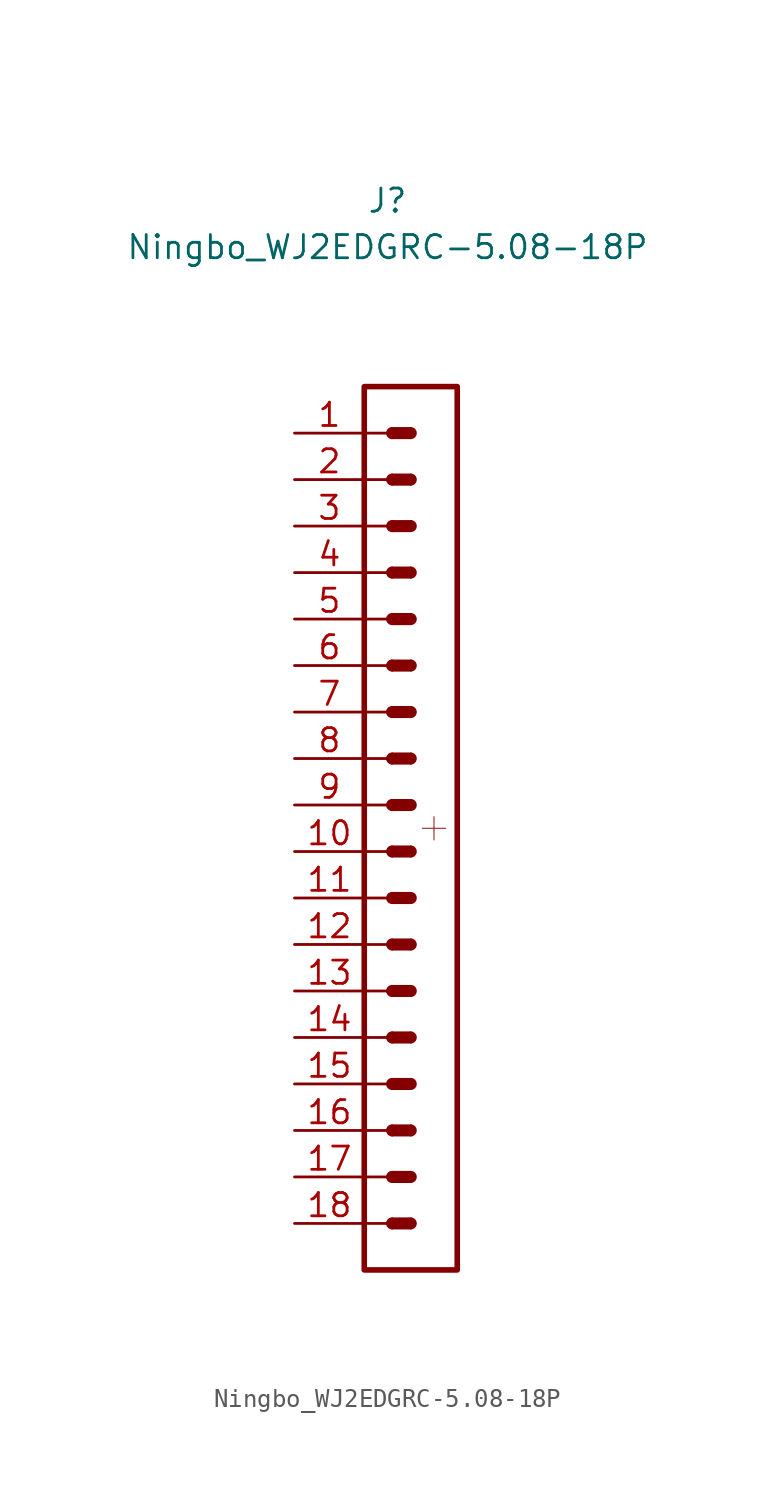
<source format=kicad_sym>
(kicad_symbol_lib
  (version 20211014)
  (generator kicad_symbol_editor)
  (symbol "Ningbo_WJ2EDGRC-5.08-18P"
    (pin_names
      (offset 1.016) hide)
    (property "Reference" "J"
      (at 0 33.02 0)
      (effects (font (size 1.27 1.27))))
    (property "Value" "Ningbo_WJ2EDGRC-5.08-18P"
      (at 0 30.48 0)
      (effects (font (size 1.27 1.27))))
    (symbol "Ningbo_WJ2EDGRC-5.08-18P_1_1"
      (rectangle (start -1.27 -22.86) (end 0 -22.86) (stroke (width 0.152) (type default) (color 0 0 0 0)) (fill (type none)))
      (rectangle (start -1.27 -20.32) (end 0 -20.32) (stroke (width 0.152) (type default) (color 0 0 0 0)) (fill (type none)))
      (rectangle (start -1.27 -17.78) (end 0 -17.78) (stroke (width 0.152) (type default) (color 0 0 0 0)) (fill (type none)))
      (rectangle (start -1.27 -15.24) (end 0 -15.24) (stroke (width 0.152) (type default) (color 0 0 0 0)) (fill (type none)))
      (rectangle (start -1.27 -12.7) (end 0 -12.7) (stroke (width 0.152) (type default) (color 0 0 0 0)) (fill (type none)))
      (rectangle (start -1.27 -10.16) (end 0 -10.16) (stroke (width 0.152) (type default) (color 0 0 0 0)) (fill (type none)))
      (rectangle (start -1.27 -7.62) (end 0 -7.62) (stroke (width 0.152) (type default) (color 0 0 0 0)) (fill (type none)))
      (rectangle (start -1.27 -5.08) (end 0 -5.08) (stroke (width 0.152) (type default) (color 0 0 0 0)) (fill (type none)))
      (rectangle (start -1.27 -2.54) (end 0 -2.54) (stroke (width 0.152) (type default) (color 0 0 0 0)) (fill (type none)))
      (rectangle (start -1.27 0) (end 0 0) (stroke (width 0.152) (type default) (color 0 0 0 0)) (fill (type none)))
      (rectangle (start -1.27 2.54) (end 0 2.54) (stroke (width 0.152) (type default) (color 0 0 0 0)) (fill (type none)))
      (rectangle (start -1.27 5.08) (end 0 5.08) (stroke (width 0.152) (type default) (color 0 0 0 0)) (fill (type none)))
      (rectangle (start -1.27 7.62) (end 0 7.62) (stroke (width 0.152) (type default) (color 0 0 0 0)) (fill (type none)))
      (rectangle (start -1.27 10.16) (end 0 10.16) (stroke (width 0.152) (type default) (color 0 0 0 0)) (fill (type none)))
      (rectangle (start -1.27 12.7) (end 0 12.7) (stroke (width 0.152) (type default) (color 0 0 0 0)) (fill (type none)))
      (rectangle (start -1.27 15.24) (end 0 15.24) (stroke (width 0.152) (type default) (color 0 0 0 0)) (fill (type none)))
      (rectangle (start -1.27 17.78) (end 0 17.78) (stroke (width 0.152) (type default) (color 0 0 0 0)) (fill (type none)))
      (rectangle (start -1.27 20.32) (end 0 20.32) (stroke (width 0.152) (type default) (color 0 0 0 0)) (fill (type none)))
      (rectangle (start -1.27 22.86) (end 3.81 -25.4) (stroke (width 0.305) (type default) (color 0 0 0 0)) (fill (type none)))
      (polyline (pts (xy 1.905 -1.27) (xy 3.175 -1.27)) (stroke (width 0.051) (type default) (color 0 0 0 0)) (fill (type none)))
      (polyline (pts (xy 2.54 -0.635) (xy 2.54 -1.905)) (stroke (width 0.051) (type default) (color 0 0 0 0)) (fill (type none)))
      (arc (start 0.254 -22.606) (mid 0 -22.86) (end 0.254 -23.114) (stroke (width 0) (type default) (color 0 0 0 0)) (fill (type outline)))
      (rectangle (start 0.254 -22.606) (end 1.27 -23.114) (stroke (width 0) (type default) (color 0 0 0 0)) (fill (type outline)))
      (arc (start 0.254 -20.066) (mid 0 -20.32) (end 0.254 -20.574) (stroke (width 0) (type default) (color 0 0 0 0)) (fill (type outline)))
      (rectangle (start 0.254 -20.066) (end 1.27 -20.574) (stroke (width 0) (type default) (color 0 0 0 0)) (fill (type outline)))
      (arc (start 0.254 -17.526) (mid 0 -17.78) (end 0.254 -18.034) (stroke (width 0) (type default) (color 0 0 0 0)) (fill (type outline)))
      (rectangle (start 0.254 -17.526) (end 1.27 -18.034) (stroke (width 0) (type default) (color 0 0 0 0)) (fill (type outline)))
      (arc (start 0.254 -14.986) (mid 0 -15.24) (end 0.254 -15.494) (stroke (width 0) (type default) (color 0 0 0 0)) (fill (type outline)))
      (rectangle (start 0.254 -14.986) (end 1.27 -15.494) (stroke (width 0) (type default) (color 0 0 0 0)) (fill (type outline)))
      (arc (start 0.254 -12.446) (mid 0 -12.7) (end 0.254 -12.954) (stroke (width 0) (type default) (color 0 0 0 0)) (fill (type outline)))
      (rectangle (start 0.254 -12.446) (end 1.27 -12.954) (stroke (width 0) (type default) (color 0 0 0 0)) (fill (type outline)))
      (arc (start 0.254 -9.906) (mid 0 -10.16) (end 0.254 -10.414) (stroke (width 0) (type default) (color 0 0 0 0)) (fill (type outline)))
      (rectangle (start 0.254 -9.906) (end 1.27 -10.414) (stroke (width 0) (type default) (color 0 0 0 0)) (fill (type outline)))
      (arc (start 0.254 -7.366) (mid 0 -7.62) (end 0.254 -7.874) (stroke (width 0) (type default) (color 0 0 0 0)) (fill (type outline)))
      (rectangle (start 0.254 -7.366) (end 1.27 -7.874) (stroke (width 0) (type default) (color 0 0 0 0)) (fill (type outline)))
      (arc (start 0.254 -4.826) (mid 0 -5.08) (end 0.254 -5.334) (stroke (width 0) (type default) (color 0 0 0 0)) (fill (type outline)))
      (rectangle (start 0.254 -4.826) (end 1.27 -5.334) (stroke (width 0) (type default) (color 0 0 0 0)) (fill (type outline)))
      (arc (start 0.254 -2.286) (mid 0 -2.54) (end 0.254 -2.794) (stroke (width 0) (type default) (color 0 0 0 0)) (fill (type outline)))
      (rectangle (start 0.254 -2.286) (end 1.27 -2.794) (stroke (width 0) (type default) (color 0 0 0 0)) (fill (type outline)))
      (arc (start 0.254 0.254) (mid 0 0) (end 0.254 -0.254) (stroke (width 0) (type default) (color 0 0 0 0)) (fill (type outline)))
      (rectangle (start 0.254 0.254) (end 1.27 -0.254) (stroke (width 0) (type default) (color 0 0 0 0)) (fill (type outline)))
      (arc (start 0.254 2.794) (mid 0 2.54) (end 0.254 2.286) (stroke (width 0) (type default) (color 0 0 0 0)) (fill (type outline)))
      (rectangle (start 0.254 2.794) (end 1.27 2.286) (stroke (width 0) (type default) (color 0 0 0 0)) (fill (type outline)))
      (arc (start 0.254 5.334) (mid 0 5.08) (end 0.254 4.826) (stroke (width 0) (type default) (color 0 0 0 0)) (fill (type outline)))
      (rectangle (start 0.254 5.334) (end 1.27 4.826) (stroke (width 0) (type default) (color 0 0 0 0)) (fill (type outline)))
      (arc (start 0.254 7.874) (mid 0 7.62) (end 0.254 7.366) (stroke (width 0) (type default) (color 0 0 0 0)) (fill (type outline)))
      (rectangle (start 0.254 7.874) (end 1.27 7.366) (stroke (width 0) (type default) (color 0 0 0 0)) (fill (type outline)))
      (arc (start 0.254 10.414) (mid 0 10.16) (end 0.254 9.906) (stroke (width 0) (type default) (color 0 0 0 0)) (fill (type outline)))
      (rectangle (start 0.254 10.414) (end 1.27 9.906) (stroke (width 0) (type default) (color 0 0 0 0)) (fill (type outline)))
      (arc (start 0.254 12.954) (mid 0 12.7) (end 0.254 12.446) (stroke (width 0) (type default) (color 0 0 0 0)) (fill (type outline)))
      (rectangle (start 0.254 12.954) (end 1.27 12.446) (stroke (width 0) (type default) (color 0 0 0 0)) (fill (type outline)))
      (arc (start 0.254 15.494) (mid 0 15.24) (end 0.254 14.986) (stroke (width 0) (type default) (color 0 0 0 0)) (fill (type outline)))
      (rectangle (start 0.254 15.494) (end 1.27 14.986) (stroke (width 0) (type default) (color 0 0 0 0)) (fill (type outline)))
      (arc (start 0.254 18.034) (mid 0 17.78) (end 0.254 17.526) (stroke (width 0) (type default) (color 0 0 0 0)) (fill (type outline)))
      (rectangle (start 0.254 18.034) (end 1.27 17.526) (stroke (width 0) (type default) (color 0 0 0 0)) (fill (type outline)))
      (arc (start 0.254 20.574) (mid 0 20.32) (end 0.254 20.066) (stroke (width 0) (type default) (color 0 0 0 0)) (fill (type outline)))
      (rectangle (start 0.254 20.574) (end 1.27 20.066) (stroke (width 0) (type default) (color 0 0 0 0)) (fill (type outline)))
      (arc (start 1.27 -23.114) (mid 1.524 -22.86) (end 1.27 -22.606) (stroke (width 0) (type default) (color 0 0 0 0)) (fill (type outline)))
      (arc (start 1.27 -20.574) (mid 1.524 -20.32) (end 1.27 -20.066) (stroke (width 0) (type default) (color 0 0 0 0)) (fill (type outline)))
      (arc (start 1.27 -18.034) (mid 1.524 -17.78) (end 1.27 -17.526) (stroke (width 0) (type default) (color 0 0 0 0)) (fill (type outline)))
      (arc (start 1.27 -15.494) (mid 1.524 -15.24) (end 1.27 -14.986) (stroke (width 0) (type default) (color 0 0 0 0)) (fill (type outline)))
      (arc (start 1.27 -12.954) (mid 1.524 -12.7) (end 1.27 -12.446) (stroke (width 0) (type default) (color 0 0 0 0)) (fill (type outline)))
      (arc (start 1.27 -10.414) (mid 1.524 -10.16) (end 1.27 -9.906) (stroke (width 0) (type default) (color 0 0 0 0)) (fill (type outline)))
      (arc (start 1.27 -7.874) (mid 1.524 -7.62) (end 1.27 -7.366) (stroke (width 0) (type default) (color 0 0 0 0)) (fill (type outline)))
      (arc (start 1.27 -5.334) (mid 1.524 -5.08) (end 1.27 -4.826) (stroke (width 0) (type default) (color 0 0 0 0)) (fill (type outline)))
      (arc (start 1.27 -2.794) (mid 1.524 -2.54) (end 1.27 -2.286) (stroke (width 0) (type default) (color 0 0 0 0)) (fill (type outline)))
      (arc (start 1.27 -0.254) (mid 1.524 0) (end 1.27 0.254) (stroke (width 0) (type default) (color 0 0 0 0)) (fill (type outline)))
      (arc (start 1.27 2.286) (mid 1.524 2.54) (end 1.27 2.794) (stroke (width 0) (type default) (color 0 0 0 0)) (fill (type outline)))
      (arc (start 1.27 4.826) (mid 1.524 5.08) (end 1.27 5.334) (stroke (width 0) (type default) (color 0 0 0 0)) (fill (type outline)))
      (arc (start 1.27 7.366) (mid 1.524 7.62) (end 1.27 7.874) (stroke (width 0) (type default) (color 0 0 0 0)) (fill (type outline)))
      (arc (start 1.27 9.906) (mid 1.524 10.16) (end 1.27 10.414) (stroke (width 0) (type default) (color 0 0 0 0)) (fill (type outline)))
      (arc (start 1.27 12.446) (mid 1.524 12.7) (end 1.27 12.954) (stroke (width 0) (type default) (color 0 0 0 0)) (fill (type outline)))
      (arc (start 1.27 14.986) (mid 1.524 15.24) (end 1.27 15.494) (stroke (width 0) (type default) (color 0 0 0 0)) (fill (type outline)))
      (arc (start 1.27 17.526) (mid 1.524 17.78) (end 1.27 18.034) (stroke (width 0) (type default) (color 0 0 0 0)) (fill (type outline)))
      (arc (start 1.27 20.066) (mid 1.524 20.32) (end 1.27 20.574) (stroke (width 0) (type default) (color 0 0 0 0)) (fill (type outline)))
      (pin passive line (at -5.08 20.32 0) (length 3.81) (name "Pin_1" (effects (font (size 1.27 1.27)))) (number "1" (effects (font (size 1.27 1.27)))))
      (pin passive line (at -5.08 -2.54 0) (length 3.81) (name "Pin_10" (effects (font (size 1.27 1.27)))) (number "10" (effects (font (size 1.27 1.27)))))
      (pin passive line (at -5.08 -5.08 0) (length 3.81) (name "11" (effects (font (size 1.27 1.27)))) (number "11" (effects (font (size 1.27 1.27)))))
      (pin passive line (at -5.08 -7.62 0) (length 3.81) (name "12" (effects (font (size 1.27 1.27)))) (number "12" (effects (font (size 1.27 1.27)))))
      (pin passive line (at -5.08 -10.16 0) (length 3.81) (name "13" (effects (font (size 1.27 1.27)))) (number "13" (effects (font (size 1.27 1.27)))))
      (pin passive line (at -5.08 -12.7 0) (length 3.81) (name "14" (effects (font (size 1.27 1.27)))) (number "14" (effects (font (size 1.27 1.27)))))
      (pin passive line (at -5.08 -15.24 0) (length 3.81) (name "15" (effects (font (size 1.27 1.27)))) (number "15" (effects (font (size 1.27 1.27)))))
      (pin passive line (at -5.08 -17.78 0) (length 3.81) (name "16" (effects (font (size 1.27 1.27)))) (number "16" (effects (font (size 1.27 1.27)))))
      (pin passive line (at -5.08 -20.32 0) (length 3.81) (name "17" (effects (font (size 1.27 1.27)))) (number "17" (effects (font (size 1.27 1.27)))))
      (pin passive line (at -5.08 -22.86 0) (length 3.81) (name "18" (effects (font (size 1.27 1.27)))) (number "18" (effects (font (size 1.27 1.27)))))
      (pin passive line (at -5.08 17.78 0) (length 3.81) (name "Pin_2" (effects (font (size 1.27 1.27)))) (number "2" (effects (font (size 1.27 1.27)))))
      (pin passive line (at -5.08 15.24 0) (length 3.81) (name "Pin_3" (effects (font (size 1.27 1.27)))) (number "3" (effects (font (size 1.27 1.27)))))
      (pin passive line (at -5.08 12.7 0) (length 3.81) (name "Pin_4" (effects (font (size 1.27 1.27)))) (number "4" (effects (font (size 1.27 1.27)))))
      (pin passive line (at -5.08 10.16 0) (length 3.81) (name "Pin_5" (effects (font (size 1.27 1.27)))) (number "5" (effects (font (size 1.27 1.27)))))
      (pin passive line (at -5.08 7.62 0) (length 3.81) (name "Pin_6" (effects (font (size 1.27 1.27)))) (number "6" (effects (font (size 1.27 1.27)))))
      (pin passive line (at -5.08 5.08 0) (length 3.81) (name "Pin_7" (effects (font (size 1.27 1.27)))) (number "7" (effects (font (size 1.27 1.27)))))
      (pin passive line (at -5.08 2.54 0) (length 3.81) (name "Pin_8" (effects (font (size 1.27 1.27)))) (number "8" (effects (font (size 1.27 1.27)))))
      (pin passive line (at -5.08 0 0) (length 3.81) (name "Pin_9" (effects (font (size 1.27 1.27)))) (number "9" (effects (font (size 1.27 1.27))))))))
</source>
